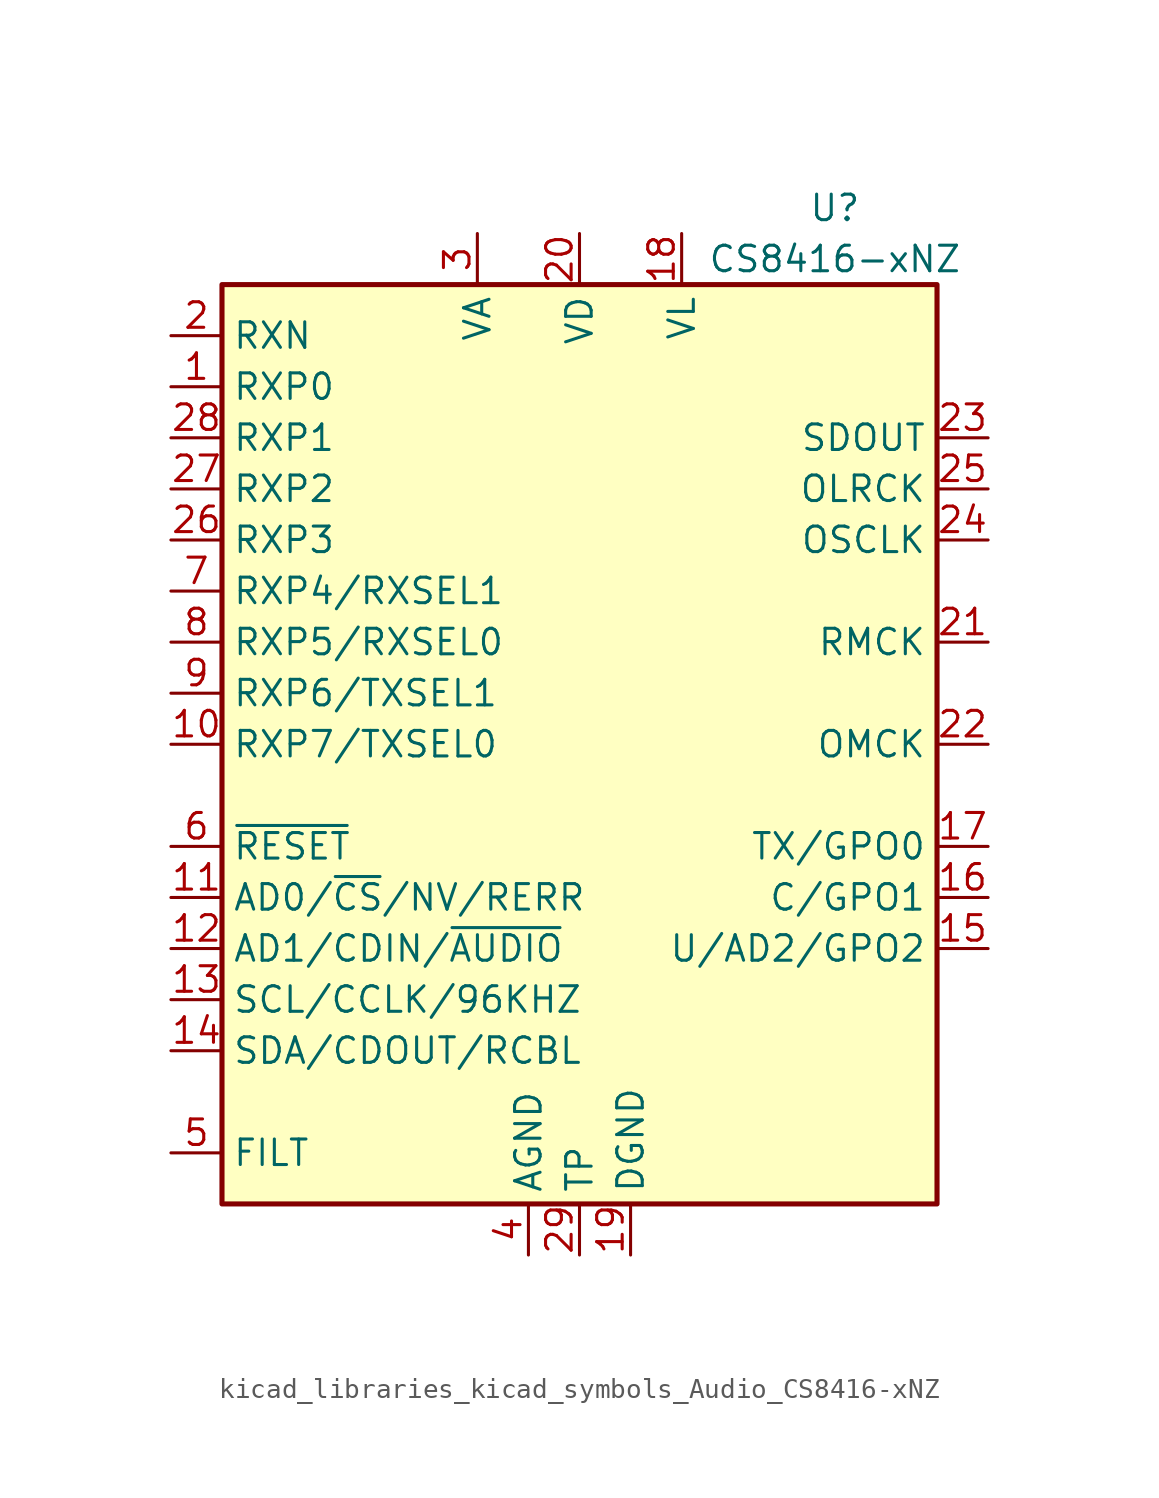
<source format=kicad_sym>
(kicad_symbol_lib
  (version 20220914)
  (generator kicad_symbol_editor)
  (symbol "kicad_libraries_kicad_symbols_Audio_CS8416-xNZ"
    (property "Reference" "U"
      (at 12.7 26.67 0)
      (effects (font (size 1.27 1.27))))
    (property "Value" "CS8416-xNZ"
      (at 12.7 24.13 0)
      (effects (font (size 1.27 1.27))))
    (symbol "kicad_libraries_kicad_symbols_Audio_CS8416-xNZ_0_1"
      (rectangle (start -17.78 22.86) (end 17.78 -22.86) (stroke (width 0.254) (type default)) (fill (type background))))
    (symbol "kicad_libraries_kicad_symbols_Audio_CS8416-xNZ_1_1"
      (pin input line (at -20.32 17.78 0) (length 2.54) (name "RXP0" (effects (font (size 1.27 1.27)))) (number "1" (effects (font (size 1.27 1.27)))))
      (pin input line (at -20.32 0 0) (length 2.54) (name "RXP7/TXSEL0" (effects (font (size 1.27 1.27)))) (number "10" (effects (font (size 1.27 1.27)))))
      (pin input line (at -20.32 -7.62 0) (length 2.54) (name "AD0/~{CS}/NV/RERR" (effects (font (size 1.27 1.27)))) (number "11" (effects (font (size 1.27 1.27)))))
      (pin input line (at -20.32 -10.16 0) (length 2.54) (name "AD1/CDIN/~{AUDIO}" (effects (font (size 1.27 1.27)))) (number "12" (effects (font (size 1.27 1.27)))))
      (pin input line (at -20.32 -12.7 0) (length 2.54) (name "SCL/CCLK/96KHZ" (effects (font (size 1.27 1.27)))) (number "13" (effects (font (size 1.27 1.27)))))
      (pin bidirectional line (at -20.32 -15.24 0) (length 2.54) (name "SDA/CDOUT/RCBL" (effects (font (size 1.27 1.27)))) (number "14" (effects (font (size 1.27 1.27)))))
      (pin output line (at 20.32 -10.16 180) (length 2.54) (name "U/AD2/GPO2" (effects (font (size 1.27 1.27)))) (number "15" (effects (font (size 1.27 1.27)))))
      (pin output line (at 20.32 -7.62 180) (length 2.54) (name "C/GPO1" (effects (font (size 1.27 1.27)))) (number "16" (effects (font (size 1.27 1.27)))))
      (pin output line (at 20.32 -5.08 180) (length 2.54) (name "TX/GPO0" (effects (font (size 1.27 1.27)))) (number "17" (effects (font (size 1.27 1.27)))))
      (pin power_in line (at 5.08 25.4 270) (length 2.54) (name "VL" (effects (font (size 1.27 1.27)))) (number "18" (effects (font (size 1.27 1.27)))))
      (pin power_in line (at 2.54 -25.4 90) (length 2.54) (name "DGND" (effects (font (size 1.27 1.27)))) (number "19" (effects (font (size 1.27 1.27)))))
      (pin input line (at -20.32 20.32 0) (length 2.54) (name "RXN" (effects (font (size 1.27 1.27)))) (number "2" (effects (font (size 1.27 1.27)))))
      (pin power_in line (at 0 25.4 270) (length 2.54) (name "VD" (effects (font (size 1.27 1.27)))) (number "20" (effects (font (size 1.27 1.27)))))
      (pin output line (at 20.32 5.08 180) (length 2.54) (name "RMCK" (effects (font (size 1.27 1.27)))) (number "21" (effects (font (size 1.27 1.27)))))
      (pin input line (at 20.32 0 180) (length 2.54) (name "OMCK" (effects (font (size 1.27 1.27)))) (number "22" (effects (font (size 1.27 1.27)))))
      (pin output line (at 20.32 15.24 180) (length 2.54) (name "SDOUT" (effects (font (size 1.27 1.27)))) (number "23" (effects (font (size 1.27 1.27)))))
      (pin bidirectional line (at 20.32 10.16 180) (length 2.54) (name "OSCLK" (effects (font (size 1.27 1.27)))) (number "24" (effects (font (size 1.27 1.27)))))
      (pin bidirectional line (at 20.32 12.7 180) (length 2.54) (name "OLRCK" (effects (font (size 1.27 1.27)))) (number "25" (effects (font (size 1.27 1.27)))))
      (pin input line (at -20.32 10.16 0) (length 2.54) (name "RXP3" (effects (font (size 1.27 1.27)))) (number "26" (effects (font (size 1.27 1.27)))))
      (pin input line (at -20.32 12.7 0) (length 2.54) (name "RXP2" (effects (font (size 1.27 1.27)))) (number "27" (effects (font (size 1.27 1.27)))))
      (pin input line (at -20.32 15.24 0) (length 2.54) (name "RXP1" (effects (font (size 1.27 1.27)))) (number "28" (effects (font (size 1.27 1.27)))))
      (pin power_in line (at 0 -25.4 90) (length 2.54) (name "TP" (effects (font (size 1.27 1.27)))) (number "29" (effects (font (size 1.27 1.27)))))
      (pin power_in line (at -5.08 25.4 270) (length 2.54) (name "VA" (effects (font (size 1.27 1.27)))) (number "3" (effects (font (size 1.27 1.27)))))
      (pin power_in line (at -2.54 -25.4 90) (length 2.54) (name "AGND" (effects (font (size 1.27 1.27)))) (number "4" (effects (font (size 1.27 1.27)))))
      (pin passive line (at -20.32 -20.32 0) (length 2.54) (name "FILT" (effects (font (size 1.27 1.27)))) (number "5" (effects (font (size 1.27 1.27)))))
      (pin input line (at -20.32 -5.08 0) (length 2.54) (name "~{RESET}" (effects (font (size 1.27 1.27)))) (number "6" (effects (font (size 1.27 1.27)))))
      (pin input line (at -20.32 7.62 0) (length 2.54) (name "RXP4/RXSEL1" (effects (font (size 1.27 1.27)))) (number "7" (effects (font (size 1.27 1.27)))))
      (pin input line (at -20.32 5.08 0) (length 2.54) (name "RXP5/RXSEL0" (effects (font (size 1.27 1.27)))) (number "8" (effects (font (size 1.27 1.27)))))
      (pin input line (at -20.32 2.54 0) (length 2.54) (name "RXP6/TXSEL1" (effects (font (size 1.27 1.27)))) (number "9" (effects (font (size 1.27 1.27))))))))
</source>
